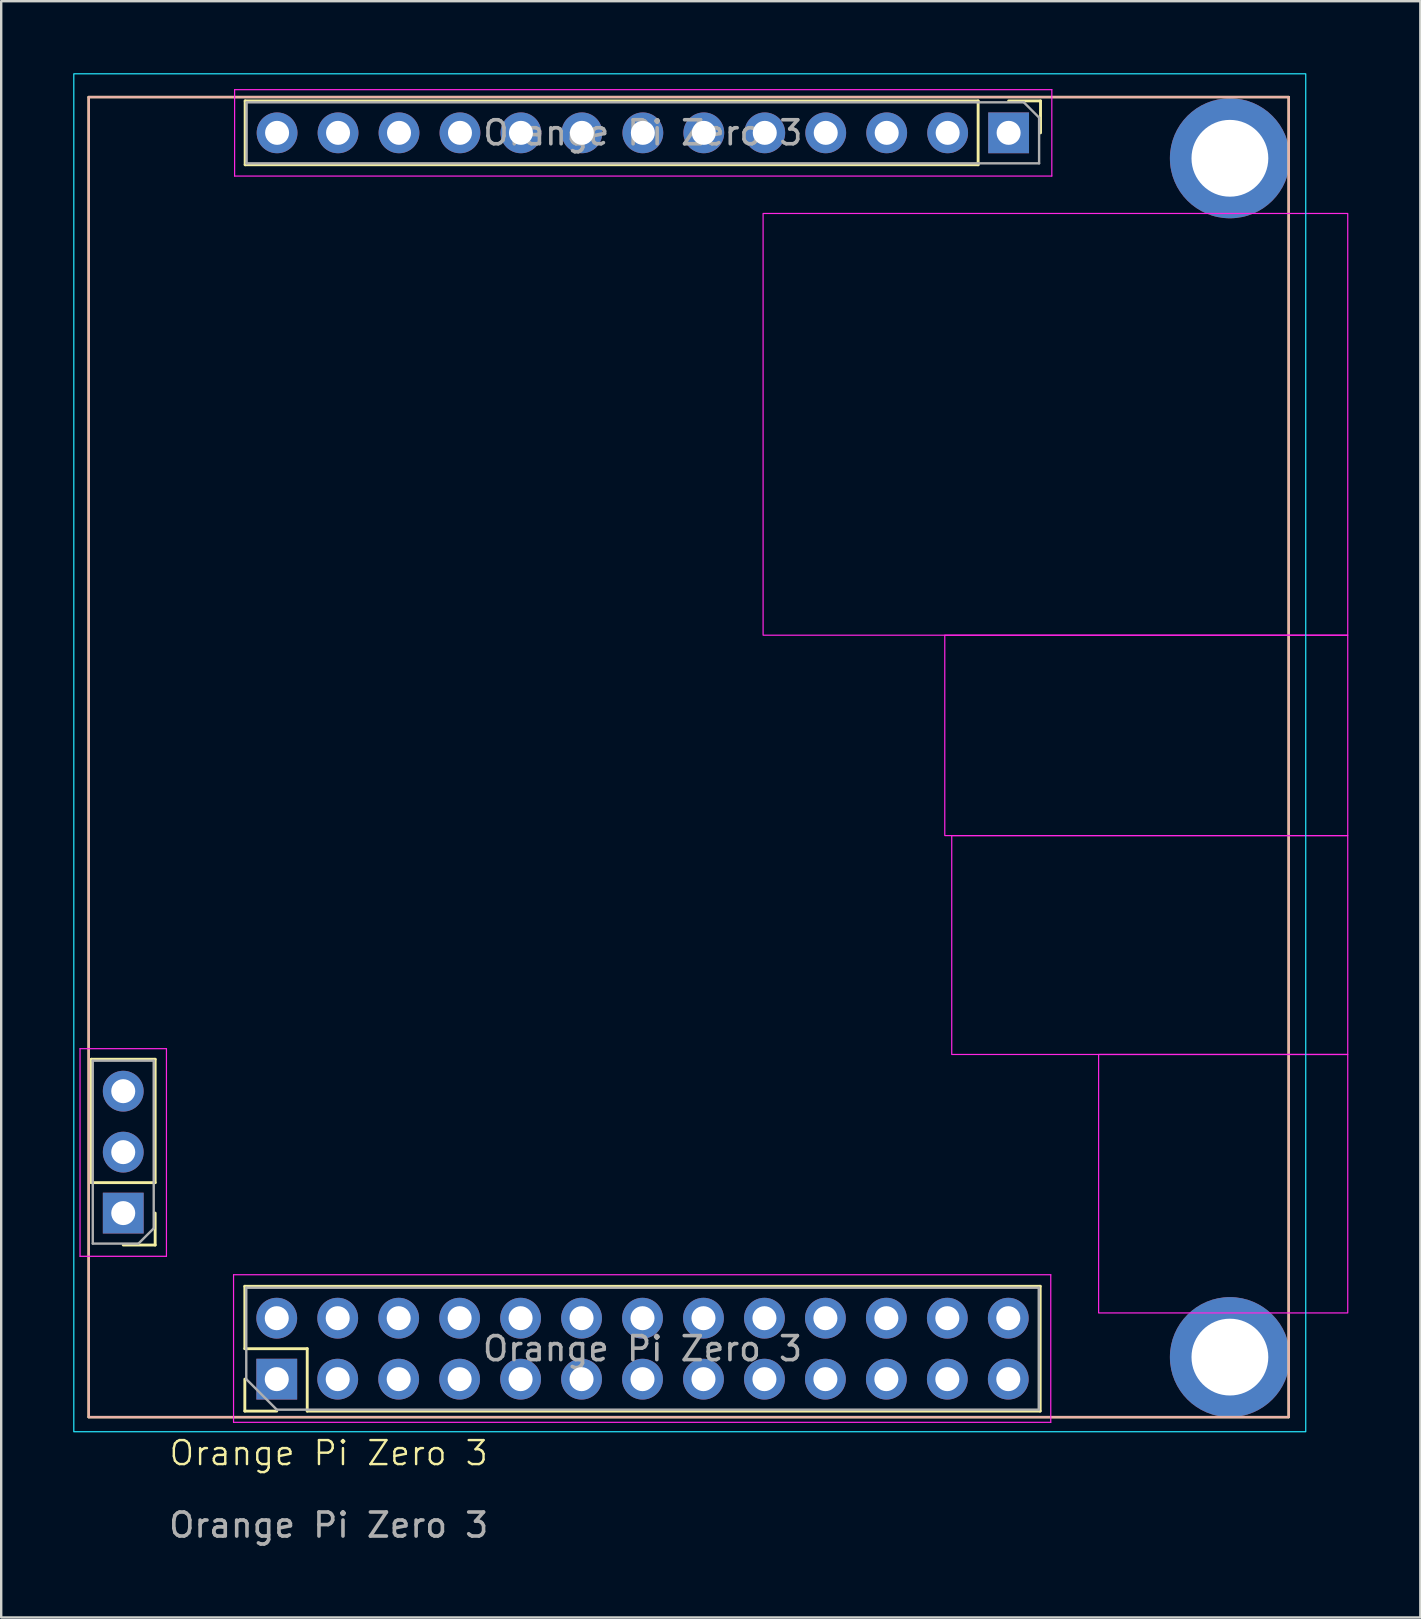
<source format=kicad_pcb>
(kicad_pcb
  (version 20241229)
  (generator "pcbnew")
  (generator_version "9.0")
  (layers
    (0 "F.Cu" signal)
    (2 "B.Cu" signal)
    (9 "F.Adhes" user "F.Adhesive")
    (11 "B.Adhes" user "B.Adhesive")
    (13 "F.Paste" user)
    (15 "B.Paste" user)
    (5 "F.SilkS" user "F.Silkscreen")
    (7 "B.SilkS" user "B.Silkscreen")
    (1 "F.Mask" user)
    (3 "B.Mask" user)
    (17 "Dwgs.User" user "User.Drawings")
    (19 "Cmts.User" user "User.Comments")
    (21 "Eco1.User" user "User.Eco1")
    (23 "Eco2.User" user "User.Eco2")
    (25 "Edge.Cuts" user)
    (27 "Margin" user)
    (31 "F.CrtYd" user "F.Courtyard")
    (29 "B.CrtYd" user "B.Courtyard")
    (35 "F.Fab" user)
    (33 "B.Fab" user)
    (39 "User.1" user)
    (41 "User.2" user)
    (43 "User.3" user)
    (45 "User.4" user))
  (footprint "Orange Pi Zero 3"
    (layer "F.Cu")
    (at 10.645 57.995)
    (property "Reference" "Orange Pi Zero 3" (at 0 -0.5 0) (unlocked yes) (layer "F.SilkS") (effects (font (size 1 1) (thickness 0.1))))
    (attr through_hole)
    (fp_rect (start -6 -50.2) (end 3.6 -40.8) (stroke (width 0.1) (type solid)) (fill yes) (layer "B.Mask"))
    (fp_rect (start 1.6 -35.25) (end 15.8 -23.2) (stroke (width 0.1) (type solid)) (fill yes) (layer "B.Mask"))
    (fp_rect (start 13.4 -47.5) (end 16.6 -44.2) (stroke (width 0.1) (type solid)) (fill yes) (layer "B.Mask"))
    (fp_line (start -10 -57) (end -10 -2) (stroke (width 0.1) (type default)) (layer "F.SilkS"))
    (fp_line (start -10 -2) (end 40 -2) (stroke (width 0.1) (type default)) (layer "F.SilkS"))
    (fp_line (start -9.89 -11.77) (end -9.89 -16.91) (stroke (width 0.12) (type solid)) (layer "F.SilkS"))
    (fp_line (start -7.23 -16.91) (end -9.89 -16.91) (stroke (width 0.12) (type solid)) (layer "F.SilkS"))
    (fp_line (start -7.23 -11.77) (end -9.89 -11.77) (stroke (width 0.12) (type solid)) (layer "F.SilkS"))
    (fp_line (start -7.23 -11.77) (end -7.23 -16.91) (stroke (width 0.12) (type solid)) (layer "F.SilkS"))
    (fp_line (start -7.23 -10.5) (end -7.23 -9.17) (stroke (width 0.12) (type solid)) (layer "F.SilkS"))
    (fp_line (start -7.23 -9.17) (end -8.56 -9.17) (stroke (width 0.12) (type solid)) (layer "F.SilkS"))
    (fp_line (start -3.494 -7.451) (end 29.646 -7.451) (stroke (width 0.12) (type solid)) (layer "F.SilkS"))
    (fp_line (start -3.494 -4.851) (end -3.494 -7.451) (stroke (width 0.12) (type solid)) (layer "F.SilkS"))
    (fp_line (start -3.494 -2.251) (end -3.494 -3.581) (stroke (width 0.12) (type solid)) (layer "F.SilkS"))
    (fp_line (start -3.48 -56.84) (end -3.48 -54.18) (stroke (width 0.12) (type solid)) (layer "F.SilkS"))
    (fp_line (start -2.164 -2.251) (end -3.494 -2.251) (stroke (width 0.12) (type solid)) (layer "F.SilkS"))
    (fp_line (start -0.894 -4.851) (end -3.494 -4.851) (stroke (width 0.12) (type solid)) (layer "F.SilkS"))
    (fp_line (start -0.894 -2.251) (end -0.894 -4.851) (stroke (width 0.12) (type solid)) (layer "F.SilkS"))
    (fp_line (start -0.894 -2.251) (end 29.646 -2.251) (stroke (width 0.12) (type solid)) (layer "F.SilkS"))
    (fp_line (start 27.06 -56.84) (end -3.48 -56.84) (stroke (width 0.12) (type solid)) (layer "F.SilkS"))
    (fp_line (start 27.06 -56.84) (end 27.06 -54.18) (stroke (width 0.12) (type solid)) (layer "F.SilkS"))
    (fp_line (start 27.06 -54.18) (end -3.48 -54.18) (stroke (width 0.12) (type solid)) (layer "F.SilkS"))
    (fp_line (start 28.33 -56.84) (end 29.66 -56.84) (stroke (width 0.12) (type solid)) (layer "F.SilkS"))
    (fp_line (start 29.646 -2.251) (end 29.646 -7.451) (stroke (width 0.12) (type solid)) (layer "F.SilkS"))
    (fp_line (start 29.66 -56.84) (end 29.66 -55.51) (stroke (width 0.12) (type solid)) (layer "F.SilkS"))
    (fp_line (start 40 -57) (end -10 -57) (stroke (width 0.1) (type default)) (layer "F.SilkS"))
    (fp_line (start 40 -2) (end 40 -57) (stroke (width 0.1) (type default)) (layer "F.SilkS"))
    (fp_rect (start -10 -57) (end 40 -2) (stroke (width 0.1) (type default)) (fill no) (layer "B.SilkS"))
    (fp_rect (start -10.62 -57.97) (end 40.71 -1.39) (stroke (width 0.05) (type default)) (fill no) (layer "B.CrtYd"))
    (fp_line (start -10.36 -17.35) (end -10.36 -8.7) (stroke (width 0.05) (type solid)) (layer "F.CrtYd"))
    (fp_line (start -10.36 -8.7) (end -6.76 -8.7) (stroke (width 0.05) (type solid)) (layer "F.CrtYd"))
    (fp_line (start -6.76 -17.35) (end -10.36 -17.35) (stroke (width 0.05) (type solid)) (layer "F.CrtYd"))
    (fp_line (start -6.76 -8.7) (end -6.76 -17.35) (stroke (width 0.05) (type solid)) (layer "F.CrtYd"))
    (fp_line (start -3.964 -7.931) (end -3.964 -1.781) (stroke (width 0.05) (type solid)) (layer "F.CrtYd"))
    (fp_line (start -3.964 -1.781) (end 30.086 -1.781) (stroke (width 0.05) (type solid)) (layer "F.CrtYd"))
    (fp_line (start -3.92 -57.31) (end -3.92 -53.71) (stroke (width 0.05) (type solid)) (layer "F.CrtYd"))
    (fp_line (start -3.92 -53.71) (end 30.13 -53.71) (stroke (width 0.05) (type solid)) (layer "F.CrtYd"))
    (fp_line (start 30.086 -7.931) (end -3.964 -7.931) (stroke (width 0.05) (type solid)) (layer "F.CrtYd"))
    (fp_line (start 30.086 -1.781) (end 30.086 -7.931) (stroke (width 0.05) (type solid)) (layer "F.CrtYd"))
    (fp_line (start 30.13 -57.31) (end -3.92 -57.31) (stroke (width 0.05) (type solid)) (layer "F.CrtYd"))
    (fp_line (start 30.13 -53.71) (end 30.13 -57.31) (stroke (width 0.05) (type solid)) (layer "F.CrtYd"))
    (fp_rect (start 18.1 -52.15) (end 42.46 -34.58) (stroke (width 0.05) (type default)) (fill no) (layer "F.CrtYd"))
    (fp_rect (start 25.67 -34.58) (end 42.46 -26.23) (stroke (width 0.05) (type default)) (fill no) (layer "F.CrtYd"))
    (fp_rect (start 25.96 -26.23) (end 42.46 -17.11) (stroke (width 0.05) (type default)) (fill no) (layer "F.CrtYd"))
    (fp_rect (start 32.08 -17.11) (end 42.46 -6.34) (stroke (width 0.05) (type default)) (fill no) (layer "F.CrtYd"))
    (fp_line (start -9.83 -16.85) (end -7.29 -16.85) (stroke (width 0.1) (type solid)) (layer "F.Fab"))
    (fp_line (start -9.83 -9.23) (end -9.83 -16.85) (stroke (width 0.1) (type solid)) (layer "F.Fab"))
    (fp_line (start -7.925 -9.23) (end -9.83 -9.23) (stroke (width 0.1) (type solid)) (layer "F.Fab"))
    (fp_line (start -7.29 -16.85) (end -7.29 -9.865) (stroke (width 0.1) (type solid)) (layer "F.Fab"))
    (fp_line (start -7.29 -9.865) (end -7.925 -9.23) (stroke (width 0.1) (type solid)) (layer "F.Fab"))
    (fp_line (start -3.434 -7.391) (end 29.586 -7.391) (stroke (width 0.1) (type solid)) (layer "F.Fab"))
    (fp_line (start -3.434 -3.581) (end -3.434 -7.391) (stroke (width 0.1) (type solid)) (layer "F.Fab"))
    (fp_line (start -3.42 -56.78) (end 28.965 -56.78) (stroke (width 0.1) (type solid)) (layer "F.Fab"))
    (fp_line (start -3.42 -54.24) (end -3.42 -56.78) (stroke (width 0.1) (type solid)) (layer "F.Fab"))
    (fp_line (start -2.164 -2.311) (end -3.434 -3.581) (stroke (width 0.1) (type solid)) (layer "F.Fab"))
    (fp_line (start 28.965 -56.78) (end 29.6 -56.145) (stroke (width 0.1) (type solid)) (layer "F.Fab"))
    (fp_line (start 29.586 -7.391) (end 29.586 -2.311) (stroke (width 0.1) (type solid)) (layer "F.Fab"))
    (fp_line (start 29.586 -2.311) (end -2.164 -2.311) (stroke (width 0.1) (type solid)) (layer "F.Fab"))
    (fp_line (start 29.6 -56.145) (end 29.6 -54.24) (stroke (width 0.1) (type solid)) (layer "F.Fab"))
    (fp_line (start 29.6 -54.24) (end -3.42 -54.24) (stroke (width 0.1) (type solid)) (layer "F.Fab"))
    (fp_text user "${REFERENCE}" (at 13.09 -55.51 0) (layer "F.Fab") (effects (font (size 1 1) (thickness 0.15))))
    (fp_text user "${REFERENCE}" (at 13.076 -4.851 180) (layer "F.Fab") (effects (font (size 1 1) (thickness 0.15))))
    (fp_text user "${REFERENCE}" (at 0 2.5 0) (unlocked yes) (layer "F.Fab") (effects (font (size 1 1) (thickness 0.15))))
    (pad "" thru_hole circle (at 37.55 -54.45) (size 5 5) (drill 3.2) (layers "*.Cu" "*.Mask"))
    (pad "" thru_hole circle (at 37.55 -4.5) (size 5 5) (drill 3.2) (layers "*.Cu" "*.Mask"))
    (pad "1" thru_hole rect (at -2.164 -3.581 90) (size 1.7 1.7) (drill 1) (layers "*.Cu" "*.Mask"))
    (pad "2" thru_hole oval (at -2.164 -6.121 90) (size 1.7 1.7) (drill 1) (layers "*.Cu" "*.Mask"))
    (pad "3" thru_hole oval (at 0.376 -3.581 90) (size 1.7 1.7) (drill 1) (layers "*.Cu" "*.Mask"))
    (pad "4" thru_hole oval (at 0.376 -6.121 90) (size 1.7 1.7) (drill 1) (layers "*.Cu" "*.Mask"))
    (pad "5" thru_hole oval (at 2.916 -3.581 90) (size 1.7 1.7) (drill 1) (layers "*.Cu" "*.Mask"))
    (pad "6" thru_hole oval (at 2.916 -6.121 90) (size 1.7 1.7) (drill 1) (layers "*.Cu" "*.Mask"))
    (pad "7" thru_hole oval (at 5.456 -3.581 90) (size 1.7 1.7) (drill 1) (layers "*.Cu" "*.Mask"))
    (pad "8" thru_hole oval (at 5.456 -6.121 90) (size 1.7 1.7) (drill 1) (layers "*.Cu" "*.Mask"))
    (pad "9" thru_hole oval (at 7.996 -3.581 90) (size 1.7 1.7) (drill 1) (layers "*.Cu" "*.Mask"))
    (pad "10" thru_hole oval (at 7.996 -6.121 90) (size 1.7 1.7) (drill 1) (layers "*.Cu" "*.Mask"))
    (pad "11" thru_hole oval (at 10.536 -3.581 90) (size 1.7 1.7) (drill 1) (layers "*.Cu" "*.Mask"))
    (pad "12" thru_hole oval (at 10.536 -6.121 90) (size 1.7 1.7) (drill 1) (layers "*.Cu" "*.Mask"))
    (pad "13" thru_hole oval (at 13.076 -3.581 90) (size 1.7 1.7) (drill 1) (layers "*.Cu" "*.Mask"))
    (pad "14" thru_hole oval (at 13.076 -6.121 90) (size 1.7 1.7) (drill 1) (layers "*.Cu" "*.Mask"))
    (pad "15" thru_hole oval (at 15.616 -3.581 90) (size 1.7 1.7) (drill 1) (layers "*.Cu" "*.Mask"))
    (pad "16" thru_hole oval (at 15.616 -6.121 90) (size 1.7 1.7) (drill 1) (layers "*.Cu" "*.Mask"))
    (pad "17" thru_hole oval (at 18.156 -3.581 90) (size 1.7 1.7) (drill 1) (layers "*.Cu" "*.Mask"))
    (pad "18" thru_hole oval (at 18.156 -6.121 90) (size 1.7 1.7) (drill 1) (layers "*.Cu" "*.Mask"))
    (pad "19" thru_hole oval (at 20.696 -3.581 90) (size 1.7 1.7) (drill 1) (layers "*.Cu" "*.Mask"))
    (pad "20" thru_hole oval (at 20.696 -6.121 90) (size 1.7 1.7) (drill 1) (layers "*.Cu" "*.Mask"))
    (pad "21" thru_hole oval (at 23.236 -3.581 90) (size 1.7 1.7) (drill 1) (layers "*.Cu" "*.Mask"))
    (pad "22" thru_hole oval (at 23.236 -6.121 90) (size 1.7 1.7) (drill 1) (layers "*.Cu" "*.Mask"))
    (pad "23" thru_hole oval (at 25.776 -3.581 90) (size 1.7 1.7) (drill 1) (layers "*.Cu" "*.Mask"))
    (pad "24" thru_hole oval (at 25.776 -6.121 90) (size 1.7 1.7) (drill 1) (layers "*.Cu" "*.Mask"))
    (pad "25" thru_hole oval (at 28.316 -3.581 90) (size 1.7 1.7) (drill 1) (layers "*.Cu" "*.Mask"))
    (pad "26" thru_hole oval (at 28.316 -6.121 90) (size 1.7 1.7) (drill 1) (layers "*.Cu" "*.Mask"))
    (pad "E1" thru_hole rect (at 28.33 -55.51 270) (size 1.7 1.7) (drill 1) (layers "*.Cu" "*.Mask"))
    (pad "E2" thru_hole oval (at 25.79 -55.51 270) (size 1.7 1.7) (drill 1) (layers "*.Cu" "*.Mask"))
    (pad "E3" thru_hole oval (at 23.25 -55.51 270) (size 1.7 1.7) (drill 1) (layers "*.Cu" "*.Mask"))
    (pad "E4" thru_hole oval (at 20.71 -55.51 270) (size 1.7 1.7) (drill 1) (layers "*.Cu" "*.Mask"))
    (pad "E5" thru_hole oval (at 18.17 -55.51 270) (size 1.7 1.7) (drill 1) (layers "*.Cu" "*.Mask"))
    (pad "E6" thru_hole oval (at 15.63 -55.51 270) (size 1.7 1.7) (drill 1) (layers "*.Cu" "*.Mask"))
    (pad "E7" thru_hole oval (at 13.09 -55.51 270) (size 1.7 1.7) (drill 1) (layers "*.Cu" "*.Mask"))
    (pad "E8" thru_hole oval (at 10.55 -55.51 270) (size 1.7 1.7) (drill 1) (layers "*.Cu" "*.Mask"))
    (pad "E9" thru_hole oval (at 8.01 -55.51 270) (size 1.7 1.7) (drill 1) (layers "*.Cu" "*.Mask"))
    (pad "E10" thru_hole oval (at 5.47 -55.51 270) (size 1.7 1.7) (drill 1) (layers "*.Cu" "*.Mask"))
    (pad "E11" thru_hole oval (at 2.93 -55.51 270) (size 1.7 1.7) (drill 1) (layers "*.Cu" "*.Mask"))
    (pad "E12" thru_hole oval (at 0.39 -55.51 270) (size 1.7 1.7) (drill 1) (layers "*.Cu" "*.Mask"))
    (pad "E13" thru_hole oval (at -2.15 -55.51 270) (size 1.7 1.7) (drill 1) (layers "*.Cu" "*.Mask"))
    (pad "GND" thru_hole rect (at -8.56 -10.5 180) (size 1.7 1.7) (drill 1) (layers "*.Cu" "*.Mask"))
    (pad "RX" thru_hole oval (at -8.56 -13.04 180) (size 1.7 1.7) (drill 1) (layers "*.Cu" "*.Mask"))
    (pad "TX" thru_hole oval (at -8.56 -15.58 180) (size 1.7 1.7) (drill 1) (layers "*.Cu" "*.Mask")))
  (gr_rect
    (start -3 -3)
    (end 56.13 64.343)
    (stroke (width 0.1) (type default))
    (fill no)
    (layer "Edge.Cuts")))
</source>
